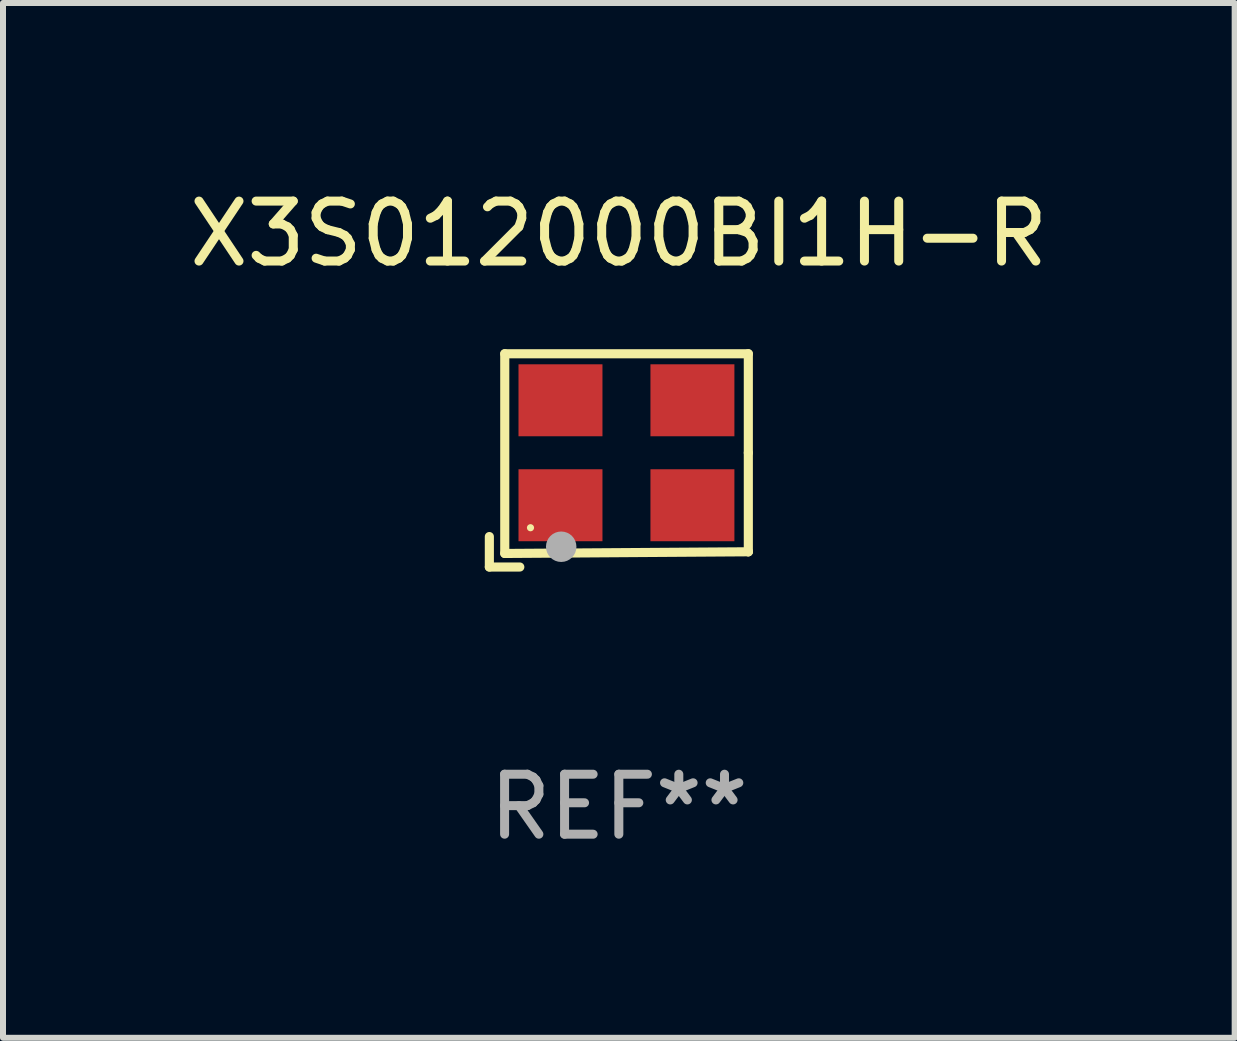
<source format=kicad_pcb>
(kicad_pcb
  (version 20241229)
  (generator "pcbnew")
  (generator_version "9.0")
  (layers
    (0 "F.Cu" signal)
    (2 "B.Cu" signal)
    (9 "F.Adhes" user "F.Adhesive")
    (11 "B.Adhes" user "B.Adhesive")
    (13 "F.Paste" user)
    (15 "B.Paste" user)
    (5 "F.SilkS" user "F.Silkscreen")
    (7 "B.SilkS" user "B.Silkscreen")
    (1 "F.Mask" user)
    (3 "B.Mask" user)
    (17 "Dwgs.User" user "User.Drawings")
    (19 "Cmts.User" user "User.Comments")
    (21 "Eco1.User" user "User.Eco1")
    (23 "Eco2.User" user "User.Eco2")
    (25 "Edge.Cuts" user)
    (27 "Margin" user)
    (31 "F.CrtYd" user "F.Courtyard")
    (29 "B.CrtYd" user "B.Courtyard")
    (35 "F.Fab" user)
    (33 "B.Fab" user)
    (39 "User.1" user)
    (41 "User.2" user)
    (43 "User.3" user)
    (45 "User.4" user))
  (footprint "X3S012000BI1H-R"
    (layer "F.Cu")
    (at 7.268 4.626)
    (property "Reference" "X3S012000BI1H-R" (at 0 -3.778 0) (layer "F.SilkS") (effects (font (size 1 1) (thickness 0.15))))
    (attr through_hole)
    (fp_line (start -2.159 1.27) (end -2.159 1.778) (stroke (width 0.152) (type solid)) (layer "F.SilkS"))
    (fp_line (start -2.159 1.778) (end -1.651 1.778) (stroke (width 0.152) (type solid)) (layer "F.SilkS"))
    (fp_line (start -1.902 -1.778) (end 2.159 -1.778) (stroke (width 0.152) (type solid)) (layer "F.SilkS"))
    (fp_line (start -1.902 1.552) (end -1.902 -1.778) (stroke (width 0.152) (type solid)) (layer "F.SilkS"))
    (fp_line (start 2.159 -1.778) (end 2.159 -0.127) (stroke (width 0.152) (type solid)) (layer "F.SilkS"))
    (fp_line (start 2.159 -0.127) (end 2.159 1.524) (stroke (width 0.152) (type solid)) (layer "F.SilkS"))
    (fp_line (start 2.159 1.524) (end -1.902 1.552) (stroke (width 0.152) (type solid)) (layer "F.SilkS"))
    (fp_line (start 2.159 1.524) (end 2.159 1.524) (stroke (width 0.152) (type solid)) (layer "F.SilkS"))
    (fp_circle (center -1.473 1.123) (end -1.443 1.123) (stroke (width 0.06) (type solid)) (fill no) (layer "F.SilkS"))
    (fp_circle (center -0.961 1.44) (end -0.834 1.44) (stroke (width 0.254) (type solid)) (fill no) (layer "F.Fab"))
    (fp_text user "REF**" (at 0 5.778 0) (layer "F.Fab") (effects (font (size 1 1) (thickness 0.15))))
    (pad "1" smd rect (at -0.973 0.748) (size 1.4 1.2) (layers "F.Cu" "F.Mask" "F.Paste"))
    (pad "2" smd rect (at 1.227 0.748) (size 1.4 1.2) (layers "F.Cu" "F.Mask" "F.Paste"))
    (pad "3" smd rect (at 1.227 -1.002) (size 1.4 1.2) (layers "F.Cu" "F.Mask" "F.Paste"))
    (pad "4" smd rect (at -0.973 -1.002) (size 1.4 1.2) (layers "F.Cu" "F.Mask" "F.Paste")))
  (gr_rect
    (start -3 -3)
    (end 17.536 14.253)
    (stroke (width 0.1) (type default))
    (fill no)
    (layer "Edge.Cuts")))
</source>
